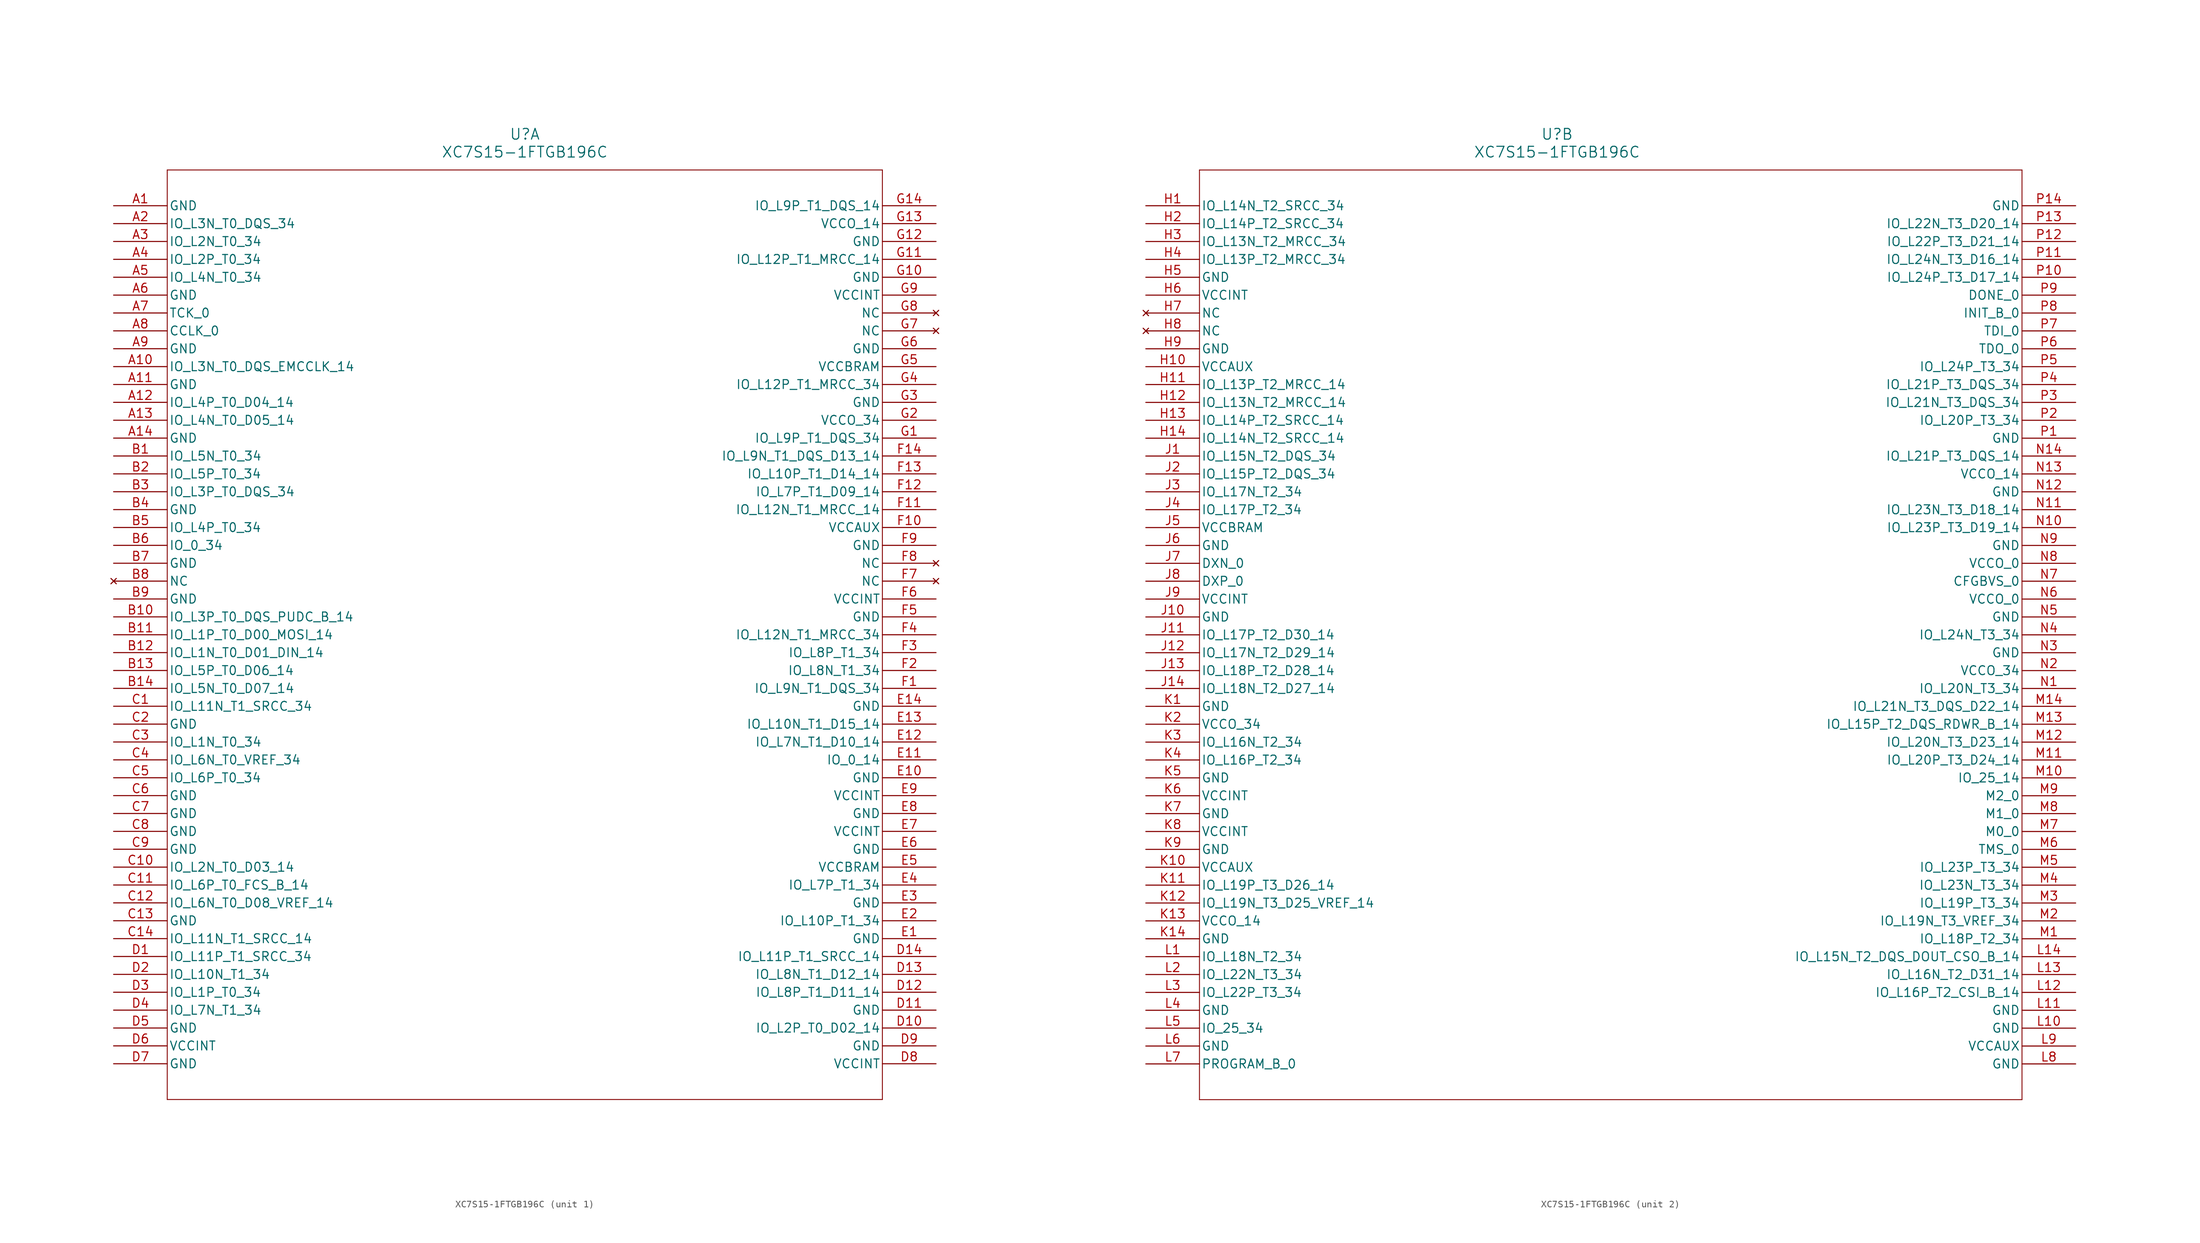
<source format=kicad_sym>
(kicad_symbol_lib
  (version 20241209)
  (generator "kicad_symbol_editor")
  (generator_version "9.0")
  (symbol "XC7S15-1FTGB196C"
    (pin_names
      (offset 0.254))
    (property "Reference" "U"
      (at 58.42 10.16 0)
      (effects (font (size 1.524 1.524))))
    (property "Value" "XC7S15-1FTGB196C"
      (at 58.42 7.62 0)
      (effects (font (size 1.524 1.524))))
    (property "ki_locked" ""
      (at 0 0 0)
      (effects (font (size 1.27 1.27))))
    (symbol "XC7S15-1FTGB196C_1_1"
      (polyline (pts (xy 7.62 5.08) (xy 7.62 -127)) (stroke (width 0.127) (type default)) (fill (type none)))
      (polyline (pts (xy 7.62 -127) (xy 109.22 -127)) (stroke (width 0.127) (type default)) (fill (type none)))
      (polyline (pts (xy 109.22 5.08) (xy 7.62 5.08)) (stroke (width 0.127) (type default)) (fill (type none)))
      (polyline (pts (xy 109.22 -127) (xy 109.22 5.08)) (stroke (width 0.127) (type default)) (fill (type none)))
      (pin power_out line (at 0 0 0) (length 7.62) (name "GND" (effects (font (size 1.27 1.27)))) (number "A1" (effects (font (size 1.27 1.27)))))
      (pin bidirectional line (at 0 -2.54 0) (length 7.62) (name "IO_L3N_T0_DQS_34" (effects (font (size 1.27 1.27)))) (number "A2" (effects (font (size 1.27 1.27)))))
      (pin bidirectional line (at 0 -5.08 0) (length 7.62) (name "IO_L2N_T0_34" (effects (font (size 1.27 1.27)))) (number "A3" (effects (font (size 1.27 1.27)))))
      (pin bidirectional line (at 0 -7.62 0) (length 7.62) (name "IO_L2P_T0_34" (effects (font (size 1.27 1.27)))) (number "A4" (effects (font (size 1.27 1.27)))))
      (pin bidirectional line (at 0 -10.16 0) (length 7.62) (name "IO_L4N_T0_34" (effects (font (size 1.27 1.27)))) (number "A5" (effects (font (size 1.27 1.27)))))
      (pin power_out line (at 0 -12.7 0) (length 7.62) (name "GND" (effects (font (size 1.27 1.27)))) (number "A6" (effects (font (size 1.27 1.27)))))
      (pin input line (at 0 -15.24 0) (length 7.62) (name "TCK_0" (effects (font (size 1.27 1.27)))) (number "A7" (effects (font (size 1.27 1.27)))))
      (pin bidirectional line (at 0 -17.78 0) (length 7.62) (name "CCLK_0" (effects (font (size 1.27 1.27)))) (number "A8" (effects (font (size 1.27 1.27)))))
      (pin power_out line (at 0 -20.32 0) (length 7.62) (name "GND" (effects (font (size 1.27 1.27)))) (number "A9" (effects (font (size 1.27 1.27)))))
      (pin bidirectional line (at 0 -22.86 0) (length 7.62) (name "IO_L3N_T0_DQS_EMCCLK_14" (effects (font (size 1.27 1.27)))) (number "A10" (effects (font (size 1.27 1.27)))))
      (pin power_out line (at 0 -25.4 0) (length 7.62) (name "GND" (effects (font (size 1.27 1.27)))) (number "A11" (effects (font (size 1.27 1.27)))))
      (pin bidirectional line (at 0 -27.94 0) (length 7.62) (name "IO_L4P_T0_D04_14" (effects (font (size 1.27 1.27)))) (number "A12" (effects (font (size 1.27 1.27)))))
      (pin bidirectional line (at 0 -30.48 0) (length 7.62) (name "IO_L4N_T0_D05_14" (effects (font (size 1.27 1.27)))) (number "A13" (effects (font (size 1.27 1.27)))))
      (pin power_out line (at 0 -33.02 0) (length 7.62) (name "GND" (effects (font (size 1.27 1.27)))) (number "A14" (effects (font (size 1.27 1.27)))))
      (pin bidirectional line (at 0 -35.56 0) (length 7.62) (name "IO_L5N_T0_34" (effects (font (size 1.27 1.27)))) (number "B1" (effects (font (size 1.27 1.27)))))
      (pin bidirectional line (at 0 -38.1 0) (length 7.62) (name "IO_L5P_T0_34" (effects (font (size 1.27 1.27)))) (number "B2" (effects (font (size 1.27 1.27)))))
      (pin bidirectional line (at 0 -40.64 0) (length 7.62) (name "IO_L3P_T0_DQS_34" (effects (font (size 1.27 1.27)))) (number "B3" (effects (font (size 1.27 1.27)))))
      (pin power_out line (at 0 -43.18 0) (length 7.62) (name "GND" (effects (font (size 1.27 1.27)))) (number "B4" (effects (font (size 1.27 1.27)))))
      (pin bidirectional line (at 0 -45.72 0) (length 7.62) (name "IO_L4P_T0_34" (effects (font (size 1.27 1.27)))) (number "B5" (effects (font (size 1.27 1.27)))))
      (pin bidirectional line (at 0 -48.26 0) (length 7.62) (name "IO_0_34" (effects (font (size 1.27 1.27)))) (number "B6" (effects (font (size 1.27 1.27)))))
      (pin power_out line (at 0 -50.8 0) (length 7.62) (name "GND" (effects (font (size 1.27 1.27)))) (number "B7" (effects (font (size 1.27 1.27)))))
      (pin no_connect line (at 0 -53.34 0) (length 7.62) (name "NC" (effects (font (size 1.27 1.27)))) (number "B8" (effects (font (size 1.27 1.27)))))
      (pin power_out line (at 0 -55.88 0) (length 7.62) (name "GND" (effects (font (size 1.27 1.27)))) (number "B9" (effects (font (size 1.27 1.27)))))
      (pin bidirectional line (at 0 -58.42 0) (length 7.62) (name "IO_L3P_T0_DQS_PUDC_B_14" (effects (font (size 1.27 1.27)))) (number "B10" (effects (font (size 1.27 1.27)))))
      (pin bidirectional line (at 0 -60.96 0) (length 7.62) (name "IO_L1P_T0_D00_MOSI_14" (effects (font (size 1.27 1.27)))) (number "B11" (effects (font (size 1.27 1.27)))))
      (pin bidirectional line (at 0 -63.5 0) (length 7.62) (name "IO_L1N_T0_D01_DIN_14" (effects (font (size 1.27 1.27)))) (number "B12" (effects (font (size 1.27 1.27)))))
      (pin bidirectional line (at 0 -66.04 0) (length 7.62) (name "IO_L5P_T0_D06_14" (effects (font (size 1.27 1.27)))) (number "B13" (effects (font (size 1.27 1.27)))))
      (pin bidirectional line (at 0 -68.58 0) (length 7.62) (name "IO_L5N_T0_D07_14" (effects (font (size 1.27 1.27)))) (number "B14" (effects (font (size 1.27 1.27)))))
      (pin bidirectional line (at 0 -71.12 0) (length 7.62) (name "IO_L11N_T1_SRCC_34" (effects (font (size 1.27 1.27)))) (number "C1" (effects (font (size 1.27 1.27)))))
      (pin power_out line (at 0 -73.66 0) (length 7.62) (name "GND" (effects (font (size 1.27 1.27)))) (number "C2" (effects (font (size 1.27 1.27)))))
      (pin bidirectional line (at 0 -76.2 0) (length 7.62) (name "IO_L1N_T0_34" (effects (font (size 1.27 1.27)))) (number "C3" (effects (font (size 1.27 1.27)))))
      (pin bidirectional line (at 0 -78.74 0) (length 7.62) (name "IO_L6N_T0_VREF_34" (effects (font (size 1.27 1.27)))) (number "C4" (effects (font (size 1.27 1.27)))))
      (pin bidirectional line (at 0 -81.28 0) (length 7.62) (name "IO_L6P_T0_34" (effects (font (size 1.27 1.27)))) (number "C5" (effects (font (size 1.27 1.27)))))
      (pin power_out line (at 0 -83.82 0) (length 7.62) (name "GND" (effects (font (size 1.27 1.27)))) (number "C6" (effects (font (size 1.27 1.27)))))
      (pin power_out line (at 0 -86.36 0) (length 7.62) (name "GND" (effects (font (size 1.27 1.27)))) (number "C7" (effects (font (size 1.27 1.27)))))
      (pin power_out line (at 0 -88.9 0) (length 7.62) (name "GND" (effects (font (size 1.27 1.27)))) (number "C8" (effects (font (size 1.27 1.27)))))
      (pin power_out line (at 0 -91.44 0) (length 7.62) (name "GND" (effects (font (size 1.27 1.27)))) (number "C9" (effects (font (size 1.27 1.27)))))
      (pin bidirectional line (at 0 -93.98 0) (length 7.62) (name "IO_L2N_T0_D03_14" (effects (font (size 1.27 1.27)))) (number "C10" (effects (font (size 1.27 1.27)))))
      (pin bidirectional line (at 0 -96.52 0) (length 7.62) (name "IO_L6P_T0_FCS_B_14" (effects (font (size 1.27 1.27)))) (number "C11" (effects (font (size 1.27 1.27)))))
      (pin bidirectional line (at 0 -99.06 0) (length 7.62) (name "IO_L6N_T0_D08_VREF_14" (effects (font (size 1.27 1.27)))) (number "C12" (effects (font (size 1.27 1.27)))))
      (pin power_out line (at 0 -101.6 0) (length 7.62) (name "GND" (effects (font (size 1.27 1.27)))) (number "C13" (effects (font (size 1.27 1.27)))))
      (pin bidirectional line (at 0 -104.14 0) (length 7.62) (name "IO_L11N_T1_SRCC_14" (effects (font (size 1.27 1.27)))) (number "C14" (effects (font (size 1.27 1.27)))))
      (pin bidirectional line (at 0 -106.68 0) (length 7.62) (name "IO_L11P_T1_SRCC_34" (effects (font (size 1.27 1.27)))) (number "D1" (effects (font (size 1.27 1.27)))))
      (pin bidirectional line (at 0 -109.22 0) (length 7.62) (name "IO_L10N_T1_34" (effects (font (size 1.27 1.27)))) (number "D2" (effects (font (size 1.27 1.27)))))
      (pin bidirectional line (at 0 -111.76 0) (length 7.62) (name "IO_L1P_T0_34" (effects (font (size 1.27 1.27)))) (number "D3" (effects (font (size 1.27 1.27)))))
      (pin bidirectional line (at 0 -114.3 0) (length 7.62) (name "IO_L7N_T1_34" (effects (font (size 1.27 1.27)))) (number "D4" (effects (font (size 1.27 1.27)))))
      (pin power_out line (at 0 -116.84 0) (length 7.62) (name "GND" (effects (font (size 1.27 1.27)))) (number "D5" (effects (font (size 1.27 1.27)))))
      (pin power_in line (at 0 -119.38 0) (length 7.62) (name "VCCINT" (effects (font (size 1.27 1.27)))) (number "D6" (effects (font (size 1.27 1.27)))))
      (pin power_out line (at 0 -121.92 0) (length 7.62) (name "GND" (effects (font (size 1.27 1.27)))) (number "D7" (effects (font (size 1.27 1.27)))))
      (pin bidirectional line (at 116.84 0 180) (length 7.62) (name "IO_L9P_T1_DQS_14" (effects (font (size 1.27 1.27)))) (number "G14" (effects (font (size 1.27 1.27)))))
      (pin power_in line (at 116.84 -2.54 180) (length 7.62) (name "VCCO_14" (effects (font (size 1.27 1.27)))) (number "G13" (effects (font (size 1.27 1.27)))))
      (pin power_out line (at 116.84 -5.08 180) (length 7.62) (name "GND" (effects (font (size 1.27 1.27)))) (number "G12" (effects (font (size 1.27 1.27)))))
      (pin bidirectional line (at 116.84 -7.62 180) (length 7.62) (name "IO_L12P_T1_MRCC_14" (effects (font (size 1.27 1.27)))) (number "G11" (effects (font (size 1.27 1.27)))))
      (pin power_out line (at 116.84 -10.16 180) (length 7.62) (name "GND" (effects (font (size 1.27 1.27)))) (number "G10" (effects (font (size 1.27 1.27)))))
      (pin power_in line (at 116.84 -12.7 180) (length 7.62) (name "VCCINT" (effects (font (size 1.27 1.27)))) (number "G9" (effects (font (size 1.27 1.27)))))
      (pin no_connect line (at 116.84 -15.24 180) (length 7.62) (name "NC" (effects (font (size 1.27 1.27)))) (number "G8" (effects (font (size 1.27 1.27)))))
      (pin no_connect line (at 116.84 -17.78 180) (length 7.62) (name "NC" (effects (font (size 1.27 1.27)))) (number "G7" (effects (font (size 1.27 1.27)))))
      (pin power_out line (at 116.84 -20.32 180) (length 7.62) (name "GND" (effects (font (size 1.27 1.27)))) (number "G6" (effects (font (size 1.27 1.27)))))
      (pin power_in line (at 116.84 -22.86 180) (length 7.62) (name "VCCBRAM" (effects (font (size 1.27 1.27)))) (number "G5" (effects (font (size 1.27 1.27)))))
      (pin bidirectional line (at 116.84 -25.4 180) (length 7.62) (name "IO_L12P_T1_MRCC_34" (effects (font (size 1.27 1.27)))) (number "G4" (effects (font (size 1.27 1.27)))))
      (pin power_out line (at 116.84 -27.94 180) (length 7.62) (name "GND" (effects (font (size 1.27 1.27)))) (number "G3" (effects (font (size 1.27 1.27)))))
      (pin power_in line (at 116.84 -30.48 180) (length 7.62) (name "VCCO_34" (effects (font (size 1.27 1.27)))) (number "G2" (effects (font (size 1.27 1.27)))))
      (pin bidirectional line (at 116.84 -33.02 180) (length 7.62) (name "IO_L9P_T1_DQS_34" (effects (font (size 1.27 1.27)))) (number "G1" (effects (font (size 1.27 1.27)))))
      (pin bidirectional line (at 116.84 -35.56 180) (length 7.62) (name "IO_L9N_T1_DQS_D13_14" (effects (font (size 1.27 1.27)))) (number "F14" (effects (font (size 1.27 1.27)))))
      (pin bidirectional line (at 116.84 -38.1 180) (length 7.62) (name "IO_L10P_T1_D14_14" (effects (font (size 1.27 1.27)))) (number "F13" (effects (font (size 1.27 1.27)))))
      (pin bidirectional line (at 116.84 -40.64 180) (length 7.62) (name "IO_L7P_T1_D09_14" (effects (font (size 1.27 1.27)))) (number "F12" (effects (font (size 1.27 1.27)))))
      (pin bidirectional line (at 116.84 -43.18 180) (length 7.62) (name "IO_L12N_T1_MRCC_14" (effects (font (size 1.27 1.27)))) (number "F11" (effects (font (size 1.27 1.27)))))
      (pin power_in line (at 116.84 -45.72 180) (length 7.62) (name "VCCAUX" (effects (font (size 1.27 1.27)))) (number "F10" (effects (font (size 1.27 1.27)))))
      (pin power_out line (at 116.84 -48.26 180) (length 7.62) (name "GND" (effects (font (size 1.27 1.27)))) (number "F9" (effects (font (size 1.27 1.27)))))
      (pin no_connect line (at 116.84 -50.8 180) (length 7.62) (name "NC" (effects (font (size 1.27 1.27)))) (number "F8" (effects (font (size 1.27 1.27)))))
      (pin no_connect line (at 116.84 -53.34 180) (length 7.62) (name "NC" (effects (font (size 1.27 1.27)))) (number "F7" (effects (font (size 1.27 1.27)))))
      (pin power_in line (at 116.84 -55.88 180) (length 7.62) (name "VCCINT" (effects (font (size 1.27 1.27)))) (number "F6" (effects (font (size 1.27 1.27)))))
      (pin power_out line (at 116.84 -58.42 180) (length 7.62) (name "GND" (effects (font (size 1.27 1.27)))) (number "F5" (effects (font (size 1.27 1.27)))))
      (pin bidirectional line (at 116.84 -60.96 180) (length 7.62) (name "IO_L12N_T1_MRCC_34" (effects (font (size 1.27 1.27)))) (number "F4" (effects (font (size 1.27 1.27)))))
      (pin bidirectional line (at 116.84 -63.5 180) (length 7.62) (name "IO_L8P_T1_34" (effects (font (size 1.27 1.27)))) (number "F3" (effects (font (size 1.27 1.27)))))
      (pin bidirectional line (at 116.84 -66.04 180) (length 7.62) (name "IO_L8N_T1_34" (effects (font (size 1.27 1.27)))) (number "F2" (effects (font (size 1.27 1.27)))))
      (pin bidirectional line (at 116.84 -68.58 180) (length 7.62) (name "IO_L9N_T1_DQS_34" (effects (font (size 1.27 1.27)))) (number "F1" (effects (font (size 1.27 1.27)))))
      (pin power_out line (at 116.84 -71.12 180) (length 7.62) (name "GND" (effects (font (size 1.27 1.27)))) (number "E14" (effects (font (size 1.27 1.27)))))
      (pin bidirectional line (at 116.84 -73.66 180) (length 7.62) (name "IO_L10N_T1_D15_14" (effects (font (size 1.27 1.27)))) (number "E13" (effects (font (size 1.27 1.27)))))
      (pin bidirectional line (at 116.84 -76.2 180) (length 7.62) (name "IO_L7N_T1_D10_14" (effects (font (size 1.27 1.27)))) (number "E12" (effects (font (size 1.27 1.27)))))
      (pin bidirectional line (at 116.84 -78.74 180) (length 7.62) (name "IO_0_14" (effects (font (size 1.27 1.27)))) (number "E11" (effects (font (size 1.27 1.27)))))
      (pin power_out line (at 116.84 -81.28 180) (length 7.62) (name "GND" (effects (font (size 1.27 1.27)))) (number "E10" (effects (font (size 1.27 1.27)))))
      (pin power_in line (at 116.84 -83.82 180) (length 7.62) (name "VCCINT" (effects (font (size 1.27 1.27)))) (number "E9" (effects (font (size 1.27 1.27)))))
      (pin power_out line (at 116.84 -86.36 180) (length 7.62) (name "GND" (effects (font (size 1.27 1.27)))) (number "E8" (effects (font (size 1.27 1.27)))))
      (pin power_in line (at 116.84 -88.9 180) (length 7.62) (name "VCCINT" (effects (font (size 1.27 1.27)))) (number "E7" (effects (font (size 1.27 1.27)))))
      (pin power_out line (at 116.84 -91.44 180) (length 7.62) (name "GND" (effects (font (size 1.27 1.27)))) (number "E6" (effects (font (size 1.27 1.27)))))
      (pin power_in line (at 116.84 -93.98 180) (length 7.62) (name "VCCBRAM" (effects (font (size 1.27 1.27)))) (number "E5" (effects (font (size 1.27 1.27)))))
      (pin bidirectional line (at 116.84 -96.52 180) (length 7.62) (name "IO_L7P_T1_34" (effects (font (size 1.27 1.27)))) (number "E4" (effects (font (size 1.27 1.27)))))
      (pin power_out line (at 116.84 -99.06 180) (length 7.62) (name "GND" (effects (font (size 1.27 1.27)))) (number "E3" (effects (font (size 1.27 1.27)))))
      (pin bidirectional line (at 116.84 -101.6 180) (length 7.62) (name "IO_L10P_T1_34" (effects (font (size 1.27 1.27)))) (number "E2" (effects (font (size 1.27 1.27)))))
      (pin power_out line (at 116.84 -104.14 180) (length 7.62) (name "GND" (effects (font (size 1.27 1.27)))) (number "E1" (effects (font (size 1.27 1.27)))))
      (pin bidirectional line (at 116.84 -106.68 180) (length 7.62) (name "IO_L11P_T1_SRCC_14" (effects (font (size 1.27 1.27)))) (number "D14" (effects (font (size 1.27 1.27)))))
      (pin bidirectional line (at 116.84 -109.22 180) (length 7.62) (name "IO_L8N_T1_D12_14" (effects (font (size 1.27 1.27)))) (number "D13" (effects (font (size 1.27 1.27)))))
      (pin bidirectional line (at 116.84 -111.76 180) (length 7.62) (name "IO_L8P_T1_D11_14" (effects (font (size 1.27 1.27)))) (number "D12" (effects (font (size 1.27 1.27)))))
      (pin power_out line (at 116.84 -114.3 180) (length 7.62) (name "GND" (effects (font (size 1.27 1.27)))) (number "D11" (effects (font (size 1.27 1.27)))))
      (pin bidirectional line (at 116.84 -116.84 180) (length 7.62) (name "IO_L2P_T0_D02_14" (effects (font (size 1.27 1.27)))) (number "D10" (effects (font (size 1.27 1.27)))))
      (pin power_out line (at 116.84 -119.38 180) (length 7.62) (name "GND" (effects (font (size 1.27 1.27)))) (number "D9" (effects (font (size 1.27 1.27)))))
      (pin power_in line (at 116.84 -121.92 180) (length 7.62) (name "VCCINT" (effects (font (size 1.27 1.27)))) (number "D8" (effects (font (size 1.27 1.27))))))
    (symbol "XC7S15-1FTGB196C_2_1"
      (polyline (pts (xy 7.62 5.08) (xy 7.62 -127)) (stroke (width 0.127) (type default)) (fill (type none)))
      (polyline (pts (xy 7.62 -127) (xy 124.46 -127)) (stroke (width 0.127) (type default)) (fill (type none)))
      (polyline (pts (xy 124.46 5.08) (xy 7.62 5.08)) (stroke (width 0.127) (type default)) (fill (type none)))
      (polyline (pts (xy 124.46 -127) (xy 124.46 5.08)) (stroke (width 0.127) (type default)) (fill (type none)))
      (pin bidirectional line (at 0 0 0) (length 7.62) (name "IO_L14N_T2_SRCC_34" (effects (font (size 1.27 1.27)))) (number "H1" (effects (font (size 1.27 1.27)))))
      (pin bidirectional line (at 0 -2.54 0) (length 7.62) (name "IO_L14P_T2_SRCC_34" (effects (font (size 1.27 1.27)))) (number "H2" (effects (font (size 1.27 1.27)))))
      (pin bidirectional line (at 0 -5.08 0) (length 7.62) (name "IO_L13N_T2_MRCC_34" (effects (font (size 1.27 1.27)))) (number "H3" (effects (font (size 1.27 1.27)))))
      (pin bidirectional line (at 0 -7.62 0) (length 7.62) (name "IO_L13P_T2_MRCC_34" (effects (font (size 1.27 1.27)))) (number "H4" (effects (font (size 1.27 1.27)))))
      (pin power_out line (at 0 -10.16 0) (length 7.62) (name "GND" (effects (font (size 1.27 1.27)))) (number "H5" (effects (font (size 1.27 1.27)))))
      (pin power_in line (at 0 -12.7 0) (length 7.62) (name "VCCINT" (effects (font (size 1.27 1.27)))) (number "H6" (effects (font (size 1.27 1.27)))))
      (pin no_connect line (at 0 -15.24 0) (length 7.62) (name "NC" (effects (font (size 1.27 1.27)))) (number "H7" (effects (font (size 1.27 1.27)))))
      (pin no_connect line (at 0 -17.78 0) (length 7.62) (name "NC" (effects (font (size 1.27 1.27)))) (number "H8" (effects (font (size 1.27 1.27)))))
      (pin power_out line (at 0 -20.32 0) (length 7.62) (name "GND" (effects (font (size 1.27 1.27)))) (number "H9" (effects (font (size 1.27 1.27)))))
      (pin power_in line (at 0 -22.86 0) (length 7.62) (name "VCCAUX" (effects (font (size 1.27 1.27)))) (number "H10" (effects (font (size 1.27 1.27)))))
      (pin bidirectional line (at 0 -25.4 0) (length 7.62) (name "IO_L13P_T2_MRCC_14" (effects (font (size 1.27 1.27)))) (number "H11" (effects (font (size 1.27 1.27)))))
      (pin bidirectional line (at 0 -27.94 0) (length 7.62) (name "IO_L13N_T2_MRCC_14" (effects (font (size 1.27 1.27)))) (number "H12" (effects (font (size 1.27 1.27)))))
      (pin bidirectional line (at 0 -30.48 0) (length 7.62) (name "IO_L14P_T2_SRCC_14" (effects (font (size 1.27 1.27)))) (number "H13" (effects (font (size 1.27 1.27)))))
      (pin bidirectional line (at 0 -33.02 0) (length 7.62) (name "IO_L14N_T2_SRCC_14" (effects (font (size 1.27 1.27)))) (number "H14" (effects (font (size 1.27 1.27)))))
      (pin bidirectional line (at 0 -35.56 0) (length 7.62) (name "IO_L15N_T2_DQS_34" (effects (font (size 1.27 1.27)))) (number "J1" (effects (font (size 1.27 1.27)))))
      (pin bidirectional line (at 0 -38.1 0) (length 7.62) (name "IO_L15P_T2_DQS_34" (effects (font (size 1.27 1.27)))) (number "J2" (effects (font (size 1.27 1.27)))))
      (pin bidirectional line (at 0 -40.64 0) (length 7.62) (name "IO_L17N_T2_34" (effects (font (size 1.27 1.27)))) (number "J3" (effects (font (size 1.27 1.27)))))
      (pin bidirectional line (at 0 -43.18 0) (length 7.62) (name "IO_L17P_T2_34" (effects (font (size 1.27 1.27)))) (number "J4" (effects (font (size 1.27 1.27)))))
      (pin power_in line (at 0 -45.72 0) (length 7.62) (name "VCCBRAM" (effects (font (size 1.27 1.27)))) (number "J5" (effects (font (size 1.27 1.27)))))
      (pin power_out line (at 0 -48.26 0) (length 7.62) (name "GND" (effects (font (size 1.27 1.27)))) (number "J6" (effects (font (size 1.27 1.27)))))
      (pin unspecified line (at 0 -50.8 0) (length 7.62) (name "DXN_0" (effects (font (size 1.27 1.27)))) (number "J7" (effects (font (size 1.27 1.27)))))
      (pin unspecified line (at 0 -53.34 0) (length 7.62) (name "DXP_0" (effects (font (size 1.27 1.27)))) (number "J8" (effects (font (size 1.27 1.27)))))
      (pin power_in line (at 0 -55.88 0) (length 7.62) (name "VCCINT" (effects (font (size 1.27 1.27)))) (number "J9" (effects (font (size 1.27 1.27)))))
      (pin power_out line (at 0 -58.42 0) (length 7.62) (name "GND" (effects (font (size 1.27 1.27)))) (number "J10" (effects (font (size 1.27 1.27)))))
      (pin bidirectional line (at 0 -60.96 0) (length 7.62) (name "IO_L17P_T2_D30_14" (effects (font (size 1.27 1.27)))) (number "J11" (effects (font (size 1.27 1.27)))))
      (pin bidirectional line (at 0 -63.5 0) (length 7.62) (name "IO_L17N_T2_D29_14" (effects (font (size 1.27 1.27)))) (number "J12" (effects (font (size 1.27 1.27)))))
      (pin bidirectional line (at 0 -66.04 0) (length 7.62) (name "IO_L18P_T2_D28_14" (effects (font (size 1.27 1.27)))) (number "J13" (effects (font (size 1.27 1.27)))))
      (pin bidirectional line (at 0 -68.58 0) (length 7.62) (name "IO_L18N_T2_D27_14" (effects (font (size 1.27 1.27)))) (number "J14" (effects (font (size 1.27 1.27)))))
      (pin power_out line (at 0 -71.12 0) (length 7.62) (name "GND" (effects (font (size 1.27 1.27)))) (number "K1" (effects (font (size 1.27 1.27)))))
      (pin power_in line (at 0 -73.66 0) (length 7.62) (name "VCCO_34" (effects (font (size 1.27 1.27)))) (number "K2" (effects (font (size 1.27 1.27)))))
      (pin bidirectional line (at 0 -76.2 0) (length 7.62) (name "IO_L16N_T2_34" (effects (font (size 1.27 1.27)))) (number "K3" (effects (font (size 1.27 1.27)))))
      (pin bidirectional line (at 0 -78.74 0) (length 7.62) (name "IO_L16P_T2_34" (effects (font (size 1.27 1.27)))) (number "K4" (effects (font (size 1.27 1.27)))))
      (pin power_out line (at 0 -81.28 0) (length 7.62) (name "GND" (effects (font (size 1.27 1.27)))) (number "K5" (effects (font (size 1.27 1.27)))))
      (pin power_in line (at 0 -83.82 0) (length 7.62) (name "VCCINT" (effects (font (size 1.27 1.27)))) (number "K6" (effects (font (size 1.27 1.27)))))
      (pin power_out line (at 0 -86.36 0) (length 7.62) (name "GND" (effects (font (size 1.27 1.27)))) (number "K7" (effects (font (size 1.27 1.27)))))
      (pin power_in line (at 0 -88.9 0) (length 7.62) (name "VCCINT" (effects (font (size 1.27 1.27)))) (number "K8" (effects (font (size 1.27 1.27)))))
      (pin power_out line (at 0 -91.44 0) (length 7.62) (name "GND" (effects (font (size 1.27 1.27)))) (number "K9" (effects (font (size 1.27 1.27)))))
      (pin power_in line (at 0 -93.98 0) (length 7.62) (name "VCCAUX" (effects (font (size 1.27 1.27)))) (number "K10" (effects (font (size 1.27 1.27)))))
      (pin bidirectional line (at 0 -96.52 0) (length 7.62) (name "IO_L19P_T3_D26_14" (effects (font (size 1.27 1.27)))) (number "K11" (effects (font (size 1.27 1.27)))))
      (pin bidirectional line (at 0 -99.06 0) (length 7.62) (name "IO_L19N_T3_D25_VREF_14" (effects (font (size 1.27 1.27)))) (number "K12" (effects (font (size 1.27 1.27)))))
      (pin power_in line (at 0 -101.6 0) (length 7.62) (name "VCCO_14" (effects (font (size 1.27 1.27)))) (number "K13" (effects (font (size 1.27 1.27)))))
      (pin power_out line (at 0 -104.14 0) (length 7.62) (name "GND" (effects (font (size 1.27 1.27)))) (number "K14" (effects (font (size 1.27 1.27)))))
      (pin bidirectional line (at 0 -106.68 0) (length 7.62) (name "IO_L18N_T2_34" (effects (font (size 1.27 1.27)))) (number "L1" (effects (font (size 1.27 1.27)))))
      (pin bidirectional line (at 0 -109.22 0) (length 7.62) (name "IO_L22N_T3_34" (effects (font (size 1.27 1.27)))) (number "L2" (effects (font (size 1.27 1.27)))))
      (pin bidirectional line (at 0 -111.76 0) (length 7.62) (name "IO_L22P_T3_34" (effects (font (size 1.27 1.27)))) (number "L3" (effects (font (size 1.27 1.27)))))
      (pin power_out line (at 0 -114.3 0) (length 7.62) (name "GND" (effects (font (size 1.27 1.27)))) (number "L4" (effects (font (size 1.27 1.27)))))
      (pin bidirectional line (at 0 -116.84 0) (length 7.62) (name "IO_25_34" (effects (font (size 1.27 1.27)))) (number "L5" (effects (font (size 1.27 1.27)))))
      (pin power_out line (at 0 -119.38 0) (length 7.62) (name "GND" (effects (font (size 1.27 1.27)))) (number "L6" (effects (font (size 1.27 1.27)))))
      (pin input line (at 0 -121.92 0) (length 7.62) (name "PROGRAM_B_0" (effects (font (size 1.27 1.27)))) (number "L7" (effects (font (size 1.27 1.27)))))
      (pin power_out line (at 132.08 0 180) (length 7.62) (name "GND" (effects (font (size 1.27 1.27)))) (number "P14" (effects (font (size 1.27 1.27)))))
      (pin bidirectional line (at 132.08 -2.54 180) (length 7.62) (name "IO_L22N_T3_D20_14" (effects (font (size 1.27 1.27)))) (number "P13" (effects (font (size 1.27 1.27)))))
      (pin bidirectional line (at 132.08 -5.08 180) (length 7.62) (name "IO_L22P_T3_D21_14" (effects (font (size 1.27 1.27)))) (number "P12" (effects (font (size 1.27 1.27)))))
      (pin bidirectional line (at 132.08 -7.62 180) (length 7.62) (name "IO_L24N_T3_D16_14" (effects (font (size 1.27 1.27)))) (number "P11" (effects (font (size 1.27 1.27)))))
      (pin bidirectional line (at 132.08 -10.16 180) (length 7.62) (name "IO_L24P_T3_D17_14" (effects (font (size 1.27 1.27)))) (number "P10" (effects (font (size 1.27 1.27)))))
      (pin bidirectional line (at 132.08 -12.7 180) (length 7.62) (name "DONE_0" (effects (font (size 1.27 1.27)))) (number "P9" (effects (font (size 1.27 1.27)))))
      (pin bidirectional line (at 132.08 -15.24 180) (length 7.62) (name "INIT_B_0" (effects (font (size 1.27 1.27)))) (number "P8" (effects (font (size 1.27 1.27)))))
      (pin input line (at 132.08 -17.78 180) (length 7.62) (name "TDI_0" (effects (font (size 1.27 1.27)))) (number "P7" (effects (font (size 1.27 1.27)))))
      (pin output line (at 132.08 -20.32 180) (length 7.62) (name "TDO_0" (effects (font (size 1.27 1.27)))) (number "P6" (effects (font (size 1.27 1.27)))))
      (pin bidirectional line (at 132.08 -22.86 180) (length 7.62) (name "IO_L24P_T3_34" (effects (font (size 1.27 1.27)))) (number "P5" (effects (font (size 1.27 1.27)))))
      (pin bidirectional line (at 132.08 -25.4 180) (length 7.62) (name "IO_L21P_T3_DQS_34" (effects (font (size 1.27 1.27)))) (number "P4" (effects (font (size 1.27 1.27)))))
      (pin bidirectional line (at 132.08 -27.94 180) (length 7.62) (name "IO_L21N_T3_DQS_34" (effects (font (size 1.27 1.27)))) (number "P3" (effects (font (size 1.27 1.27)))))
      (pin bidirectional line (at 132.08 -30.48 180) (length 7.62) (name "IO_L20P_T3_34" (effects (font (size 1.27 1.27)))) (number "P2" (effects (font (size 1.27 1.27)))))
      (pin power_out line (at 132.08 -33.02 180) (length 7.62) (name "GND" (effects (font (size 1.27 1.27)))) (number "P1" (effects (font (size 1.27 1.27)))))
      (pin bidirectional line (at 132.08 -35.56 180) (length 7.62) (name "IO_L21P_T3_DQS_14" (effects (font (size 1.27 1.27)))) (number "N14" (effects (font (size 1.27 1.27)))))
      (pin power_in line (at 132.08 -38.1 180) (length 7.62) (name "VCCO_14" (effects (font (size 1.27 1.27)))) (number "N13" (effects (font (size 1.27 1.27)))))
      (pin power_out line (at 132.08 -40.64 180) (length 7.62) (name "GND" (effects (font (size 1.27 1.27)))) (number "N12" (effects (font (size 1.27 1.27)))))
      (pin bidirectional line (at 132.08 -43.18 180) (length 7.62) (name "IO_L23N_T3_D18_14" (effects (font (size 1.27 1.27)))) (number "N11" (effects (font (size 1.27 1.27)))))
      (pin bidirectional line (at 132.08 -45.72 180) (length 7.62) (name "IO_L23P_T3_D19_14" (effects (font (size 1.27 1.27)))) (number "N10" (effects (font (size 1.27 1.27)))))
      (pin power_out line (at 132.08 -48.26 180) (length 7.62) (name "GND" (effects (font (size 1.27 1.27)))) (number "N9" (effects (font (size 1.27 1.27)))))
      (pin power_in line (at 132.08 -50.8 180) (length 7.62) (name "VCCO_0" (effects (font (size 1.27 1.27)))) (number "N8" (effects (font (size 1.27 1.27)))))
      (pin input line (at 132.08 -53.34 180) (length 7.62) (name "CFGBVS_0" (effects (font (size 1.27 1.27)))) (number "N7" (effects (font (size 1.27 1.27)))))
      (pin power_in line (at 132.08 -55.88 180) (length 7.62) (name "VCCO_0" (effects (font (size 1.27 1.27)))) (number "N6" (effects (font (size 1.27 1.27)))))
      (pin power_out line (at 132.08 -58.42 180) (length 7.62) (name "GND" (effects (font (size 1.27 1.27)))) (number "N5" (effects (font (size 1.27 1.27)))))
      (pin bidirectional line (at 132.08 -60.96 180) (length 7.62) (name "IO_L24N_T3_34" (effects (font (size 1.27 1.27)))) (number "N4" (effects (font (size 1.27 1.27)))))
      (pin power_out line (at 132.08 -63.5 180) (length 7.62) (name "GND" (effects (font (size 1.27 1.27)))) (number "N3" (effects (font (size 1.27 1.27)))))
      (pin power_in line (at 132.08 -66.04 180) (length 7.62) (name "VCCO_34" (effects (font (size 1.27 1.27)))) (number "N2" (effects (font (size 1.27 1.27)))))
      (pin bidirectional line (at 132.08 -68.58 180) (length 7.62) (name "IO_L20N_T3_34" (effects (font (size 1.27 1.27)))) (number "N1" (effects (font (size 1.27 1.27)))))
      (pin bidirectional line (at 132.08 -71.12 180) (length 7.62) (name "IO_L21N_T3_DQS_D22_14" (effects (font (size 1.27 1.27)))) (number "M14" (effects (font (size 1.27 1.27)))))
      (pin bidirectional line (at 132.08 -73.66 180) (length 7.62) (name "IO_L15P_T2_DQS_RDWR_B_14" (effects (font (size 1.27 1.27)))) (number "M13" (effects (font (size 1.27 1.27)))))
      (pin bidirectional line (at 132.08 -76.2 180) (length 7.62) (name "IO_L20N_T3_D23_14" (effects (font (size 1.27 1.27)))) (number "M12" (effects (font (size 1.27 1.27)))))
      (pin bidirectional line (at 132.08 -78.74 180) (length 7.62) (name "IO_L20P_T3_D24_14" (effects (font (size 1.27 1.27)))) (number "M11" (effects (font (size 1.27 1.27)))))
      (pin bidirectional line (at 132.08 -81.28 180) (length 7.62) (name "IO_25_14" (effects (font (size 1.27 1.27)))) (number "M10" (effects (font (size 1.27 1.27)))))
      (pin input line (at 132.08 -83.82 180) (length 7.62) (name "M2_0" (effects (font (size 1.27 1.27)))) (number "M9" (effects (font (size 1.27 1.27)))))
      (pin input line (at 132.08 -86.36 180) (length 7.62) (name "M1_0" (effects (font (size 1.27 1.27)))) (number "M8" (effects (font (size 1.27 1.27)))))
      (pin input line (at 132.08 -88.9 180) (length 7.62) (name "M0_0" (effects (font (size 1.27 1.27)))) (number "M7" (effects (font (size 1.27 1.27)))))
      (pin input line (at 132.08 -91.44 180) (length 7.62) (name "TMS_0" (effects (font (size 1.27 1.27)))) (number "M6" (effects (font (size 1.27 1.27)))))
      (pin bidirectional line (at 132.08 -93.98 180) (length 7.62) (name "IO_L23P_T3_34" (effects (font (size 1.27 1.27)))) (number "M5" (effects (font (size 1.27 1.27)))))
      (pin bidirectional line (at 132.08 -96.52 180) (length 7.62) (name "IO_L23N_T3_34" (effects (font (size 1.27 1.27)))) (number "M4" (effects (font (size 1.27 1.27)))))
      (pin bidirectional line (at 132.08 -99.06 180) (length 7.62) (name "IO_L19P_T3_34" (effects (font (size 1.27 1.27)))) (number "M3" (effects (font (size 1.27 1.27)))))
      (pin bidirectional line (at 132.08 -101.6 180) (length 7.62) (name "IO_L19N_T3_VREF_34" (effects (font (size 1.27 1.27)))) (number "M2" (effects (font (size 1.27 1.27)))))
      (pin bidirectional line (at 132.08 -104.14 180) (length 7.62) (name "IO_L18P_T2_34" (effects (font (size 1.27 1.27)))) (number "M1" (effects (font (size 1.27 1.27)))))
      (pin bidirectional line (at 132.08 -106.68 180) (length 7.62) (name "IO_L15N_T2_DQS_DOUT_CSO_B_14" (effects (font (size 1.27 1.27)))) (number "L14" (effects (font (size 1.27 1.27)))))
      (pin bidirectional line (at 132.08 -109.22 180) (length 7.62) (name "IO_L16N_T2_D31_14" (effects (font (size 1.27 1.27)))) (number "L13" (effects (font (size 1.27 1.27)))))
      (pin bidirectional line (at 132.08 -111.76 180) (length 7.62) (name "IO_L16P_T2_CSI_B_14" (effects (font (size 1.27 1.27)))) (number "L12" (effects (font (size 1.27 1.27)))))
      (pin power_out line (at 132.08 -114.3 180) (length 7.62) (name "GND" (effects (font (size 1.27 1.27)))) (number "L11" (effects (font (size 1.27 1.27)))))
      (pin power_out line (at 132.08 -116.84 180) (length 7.62) (name "GND" (effects (font (size 1.27 1.27)))) (number "L10" (effects (font (size 1.27 1.27)))))
      (pin power_in line (at 132.08 -119.38 180) (length 7.62) (name "VCCAUX" (effects (font (size 1.27 1.27)))) (number "L9" (effects (font (size 1.27 1.27)))))
      (pin power_out line (at 132.08 -121.92 180) (length 7.62) (name "GND" (effects (font (size 1.27 1.27)))) (number "L8" (effects (font (size 1.27 1.27))))))))
</source>
